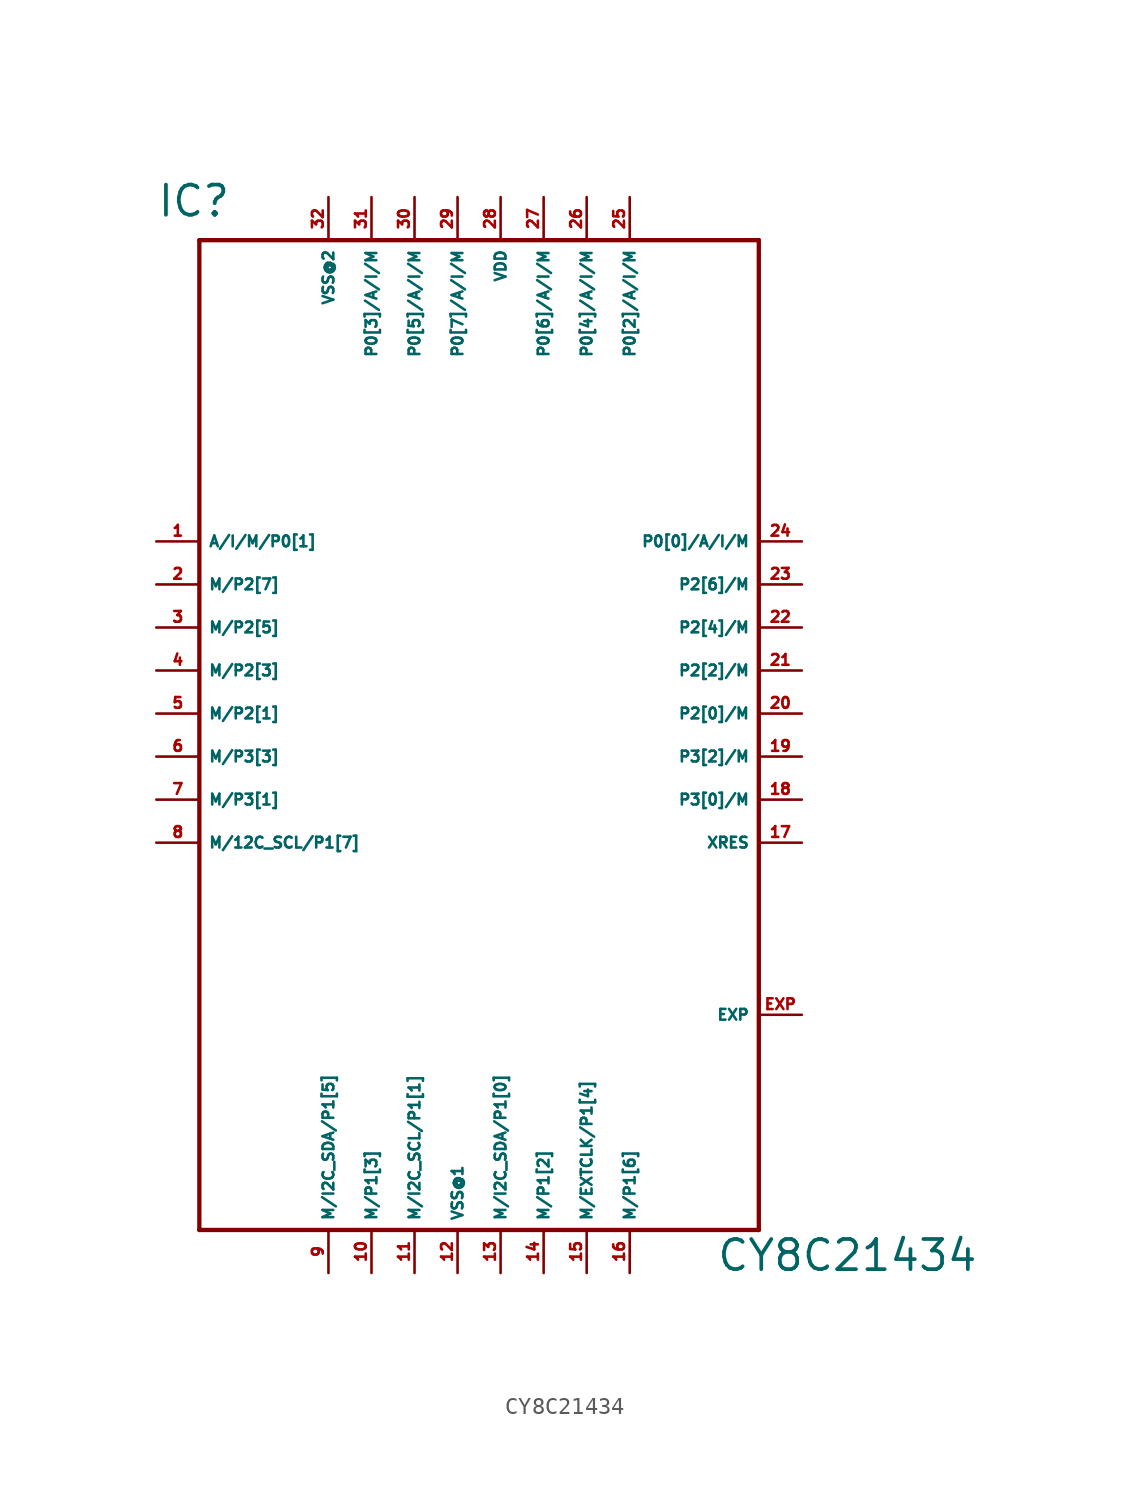
<source format=kicad_sym>
(kicad_symbol_lib
  (version 20220914)
  (generator Eagle2Kicad)
  (symbol "CY8C21434"
    (property "Reference" "IC"
      (at -17.78 29.21 0)
      (effects (font (size 1.778 1.778) (thickness 0.22)) (justify left bottom)))
    (property "Value" "CY8C21434"
      (at 15.24 -33.02 0)
      (effects (font (size 1.778 1.778) (thickness 0.22)) (justify left bottom)))
    (polyline
      (pts (xy -15.24 27.94) (xy 17.78 27.94))
      (stroke (width 0.254) (type default))
      (fill (type none)))
    (polyline
      (pts (xy 17.78 27.94) (xy 17.78 -30.48))
      (stroke (width 0.254) (type default))
      (fill (type none)))
    (polyline
      (pts (xy 17.78 -30.48) (xy -15.24 -30.48))
      (stroke (width 0.254) (type default))
      (fill (type none)))
    (polyline
      (pts (xy -15.24 -30.48) (xy -15.24 27.94))
      (stroke (width 0.254) (type default))
      (fill (type none)))
    (pin bidirectional line
      (at -17.78 10.16 0)
      (length 2.54)
      (name "A/I/M/P0[1]" (effects (font (size 0.635 0.635) (thickness 0.08)) (justify left bottom)))
      (number "1" (effects (font (size 0.635 0.635) (thickness 0.08)) (justify left bottom))))
    (pin bidirectional line
      (at -17.78 7.62 0)
      (length 2.54)
      (name "M/P2[7]" (effects (font (size 0.635 0.635) (thickness 0.08)) (justify left bottom)))
      (number "2" (effects (font (size 0.635 0.635) (thickness 0.08)) (justify left bottom))))
    (pin bidirectional line
      (at -17.78 5.08 0)
      (length 2.54)
      (name "M/P2[5]" (effects (font (size 0.635 0.635) (thickness 0.08)) (justify left bottom)))
      (number "3" (effects (font (size 0.635 0.635) (thickness 0.08)) (justify left bottom))))
    (pin bidirectional line
      (at -17.78 2.54 0)
      (length 2.54)
      (name "M/P2[3]" (effects (font (size 0.635 0.635) (thickness 0.08)) (justify left bottom)))
      (number "4" (effects (font (size 0.635 0.635) (thickness 0.08)) (justify left bottom))))
    (pin bidirectional line
      (at -17.78 0 0)
      (length 2.54)
      (name "M/P2[1]" (effects (font (size 0.635 0.635) (thickness 0.08)) (justify left bottom)))
      (number "5" (effects (font (size 0.635 0.635) (thickness 0.08)) (justify left bottom))))
    (pin bidirectional line
      (at -17.78 -2.54 0)
      (length 2.54)
      (name "M/P3[3]" (effects (font (size 0.635 0.635) (thickness 0.08)) (justify left bottom)))
      (number "6" (effects (font (size 0.635 0.635) (thickness 0.08)) (justify left bottom))))
    (pin bidirectional line
      (at -17.78 -5.08 0)
      (length 2.54)
      (name "M/P3[1]" (effects (font (size 0.635 0.635) (thickness 0.08)) (justify left bottom)))
      (number "7" (effects (font (size 0.635 0.635) (thickness 0.08)) (justify left bottom))))
    (pin bidirectional line
      (at -17.78 -7.62 0)
      (length 2.54)
      (name "M/12C_SCL/P1[7]" (effects (font (size 0.635 0.635) (thickness 0.08)) (justify left bottom)))
      (number "8" (effects (font (size 0.635 0.635) (thickness 0.08)) (justify left bottom))))
    (pin bidirectional line
      (at -7.62 -33.02 90)
      (length 2.54)
      (name "M/I2C_SDA/P1[5]" (effects (font (size 0.635 0.635) (thickness 0.08)) (justify left bottom)))
      (number "9" (effects (font (size 0.635 0.635) (thickness 0.08)) (justify left bottom))))
    (pin bidirectional line
      (at -5.08 -33.02 90)
      (length 2.54)
      (name "M/P1[3]" (effects (font (size 0.635 0.635) (thickness 0.08)) (justify left bottom)))
      (number "10" (effects (font (size 0.635 0.635) (thickness 0.08)) (justify left bottom))))
    (pin bidirectional line
      (at -2.54 -33.02 90)
      (length 2.54)
      (name "M/I2C_SCL/P1[1]" (effects (font (size 0.635 0.635) (thickness 0.08)) (justify left bottom)))
      (number "11" (effects (font (size 0.635 0.635) (thickness 0.08)) (justify left bottom))))
    (pin bidirectional line
      (at 2.54 -33.02 90)
      (length 2.54)
      (name "M/I2C_SDA/P1[0]" (effects (font (size 0.635 0.635) (thickness 0.08)) (justify left bottom)))
      (number "13" (effects (font (size 0.635 0.635) (thickness 0.08)) (justify left bottom))))
    (pin bidirectional line
      (at 5.08 -33.02 90)
      (length 2.54)
      (name "M/P1[2]" (effects (font (size 0.635 0.635) (thickness 0.08)) (justify left bottom)))
      (number "14" (effects (font (size 0.635 0.635) (thickness 0.08)) (justify left bottom))))
    (pin bidirectional line
      (at 7.62 -33.02 90)
      (length 2.54)
      (name "M/EXTCLK/P1[4]" (effects (font (size 0.635 0.635) (thickness 0.08)) (justify left bottom)))
      (number "15" (effects (font (size 0.635 0.635) (thickness 0.08)) (justify left bottom))))
    (pin bidirectional line
      (at 10.16 -33.02 90)
      (length 2.54)
      (name "M/P1[6]" (effects (font (size 0.635 0.635) (thickness 0.08)) (justify left bottom)))
      (number "16" (effects (font (size 0.635 0.635) (thickness 0.08)) (justify left bottom))))
    (pin bidirectional line
      (at 20.32 -5.08 180)
      (length 2.54)
      (name "P3[0]/M" (effects (font (size 0.635 0.635) (thickness 0.08)) (justify left bottom)))
      (number "18" (effects (font (size 0.635 0.635) (thickness 0.08)) (justify left bottom))))
    (pin bidirectional line
      (at 20.32 -2.54 180)
      (length 2.54)
      (name "P3[2]/M" (effects (font (size 0.635 0.635) (thickness 0.08)) (justify left bottom)))
      (number "19" (effects (font (size 0.635 0.635) (thickness 0.08)) (justify left bottom))))
    (pin bidirectional line
      (at 20.32 0 180)
      (length 2.54)
      (name "P2[0]/M" (effects (font (size 0.635 0.635) (thickness 0.08)) (justify left bottom)))
      (number "20" (effects (font (size 0.635 0.635) (thickness 0.08)) (justify left bottom))))
    (pin bidirectional line
      (at 20.32 2.54 180)
      (length 2.54)
      (name "P2[2]/M" (effects (font (size 0.635 0.635) (thickness 0.08)) (justify left bottom)))
      (number "21" (effects (font (size 0.635 0.635) (thickness 0.08)) (justify left bottom))))
    (pin bidirectional line
      (at 20.32 5.08 180)
      (length 2.54)
      (name "P2[4]/M" (effects (font (size 0.635 0.635) (thickness 0.08)) (justify left bottom)))
      (number "22" (effects (font (size 0.635 0.635) (thickness 0.08)) (justify left bottom))))
    (pin bidirectional line
      (at 20.32 7.62 180)
      (length 2.54)
      (name "P2[6]/M" (effects (font (size 0.635 0.635) (thickness 0.08)) (justify left bottom)))
      (number "23" (effects (font (size 0.635 0.635) (thickness 0.08)) (justify left bottom))))
    (pin bidirectional line
      (at 20.32 10.16 180)
      (length 2.54)
      (name "P0[0]/A/I/M" (effects (font (size 0.635 0.635) (thickness 0.08)) (justify left bottom)))
      (number "24" (effects (font (size 0.635 0.635) (thickness 0.08)) (justify left bottom))))
    (pin bidirectional line
      (at 10.16 30.48 270)
      (length 2.54)
      (name "P0[2]/A/I/M" (effects (font (size 0.635 0.635) (thickness 0.08)) (justify left bottom)))
      (number "25" (effects (font (size 0.635 0.635) (thickness 0.08)) (justify left bottom))))
    (pin bidirectional line
      (at 7.62 30.48 270)
      (length 2.54)
      (name "P0[4]/A/I/M" (effects (font (size 0.635 0.635) (thickness 0.08)) (justify left bottom)))
      (number "26" (effects (font (size 0.635 0.635) (thickness 0.08)) (justify left bottom))))
    (pin bidirectional line
      (at 5.08 30.48 270)
      (length 2.54)
      (name "P0[6]/A/I/M" (effects (font (size 0.635 0.635) (thickness 0.08)) (justify left bottom)))
      (number "27" (effects (font (size 0.635 0.635) (thickness 0.08)) (justify left bottom))))
    (pin bidirectional line
      (at 0 30.48 270)
      (length 2.54)
      (name "P0[7]/A/I/M" (effects (font (size 0.635 0.635) (thickness 0.08)) (justify left bottom)))
      (number "29" (effects (font (size 0.635 0.635) (thickness 0.08)) (justify left bottom))))
    (pin bidirectional line
      (at -2.54 30.48 270)
      (length 2.54)
      (name "P0[5]/A/I/M" (effects (font (size 0.635 0.635) (thickness 0.08)) (justify left bottom)))
      (number "30" (effects (font (size 0.635 0.635) (thickness 0.08)) (justify left bottom))))
    (pin bidirectional line
      (at -5.08 30.48 270)
      (length 2.54)
      (name "P0[3]/A/I/M" (effects (font (size 0.635 0.635) (thickness 0.08)) (justify left bottom)))
      (number "31" (effects (font (size 0.635 0.635) (thickness 0.08)) (justify left bottom))))
    (pin unspecified line
      (at 0 -33.02 90)
      (length 2.54)
      (name "VSS@1" (effects (font (size 0.635 0.635) (thickness 0.08)) (justify left bottom)))
      (number "12" (effects (font (size 0.635 0.635) (thickness 0.08)) (justify left bottom))))
    (pin unspecified line
      (at 2.54 30.48 270)
      (length 2.54)
      (name "VDD" (effects (font (size 0.635 0.635) (thickness 0.08)) (justify left bottom)))
      (number "28" (effects (font (size 0.635 0.635) (thickness 0.08)) (justify left bottom))))
    (pin input line
      (at 20.32 -7.62 180)
      (length 2.54)
      (name "XRES" (effects (font (size 0.635 0.635) (thickness 0.08)) (justify left bottom)))
      (number "17" (effects (font (size 0.635 0.635) (thickness 0.08)) (justify left bottom))))
    (pin unspecified line
      (at -7.62 30.48 270)
      (length 2.54)
      (name "VSS@2" (effects (font (size 0.635 0.635) (thickness 0.08)) (justify left bottom)))
      (number "32" (effects (font (size 0.635 0.635) (thickness 0.08)) (justify left bottom))))
    (pin passive line
      (at 20.32 -17.78 180)
      (length 2.54)
      (name "EXP" (effects (font (size 0.635 0.635) (thickness 0.08)) (justify left bottom)))
      (number "EXP" (effects (font (size 0.635 0.635) (thickness 0.08)) (justify left bottom))))))
</source>
